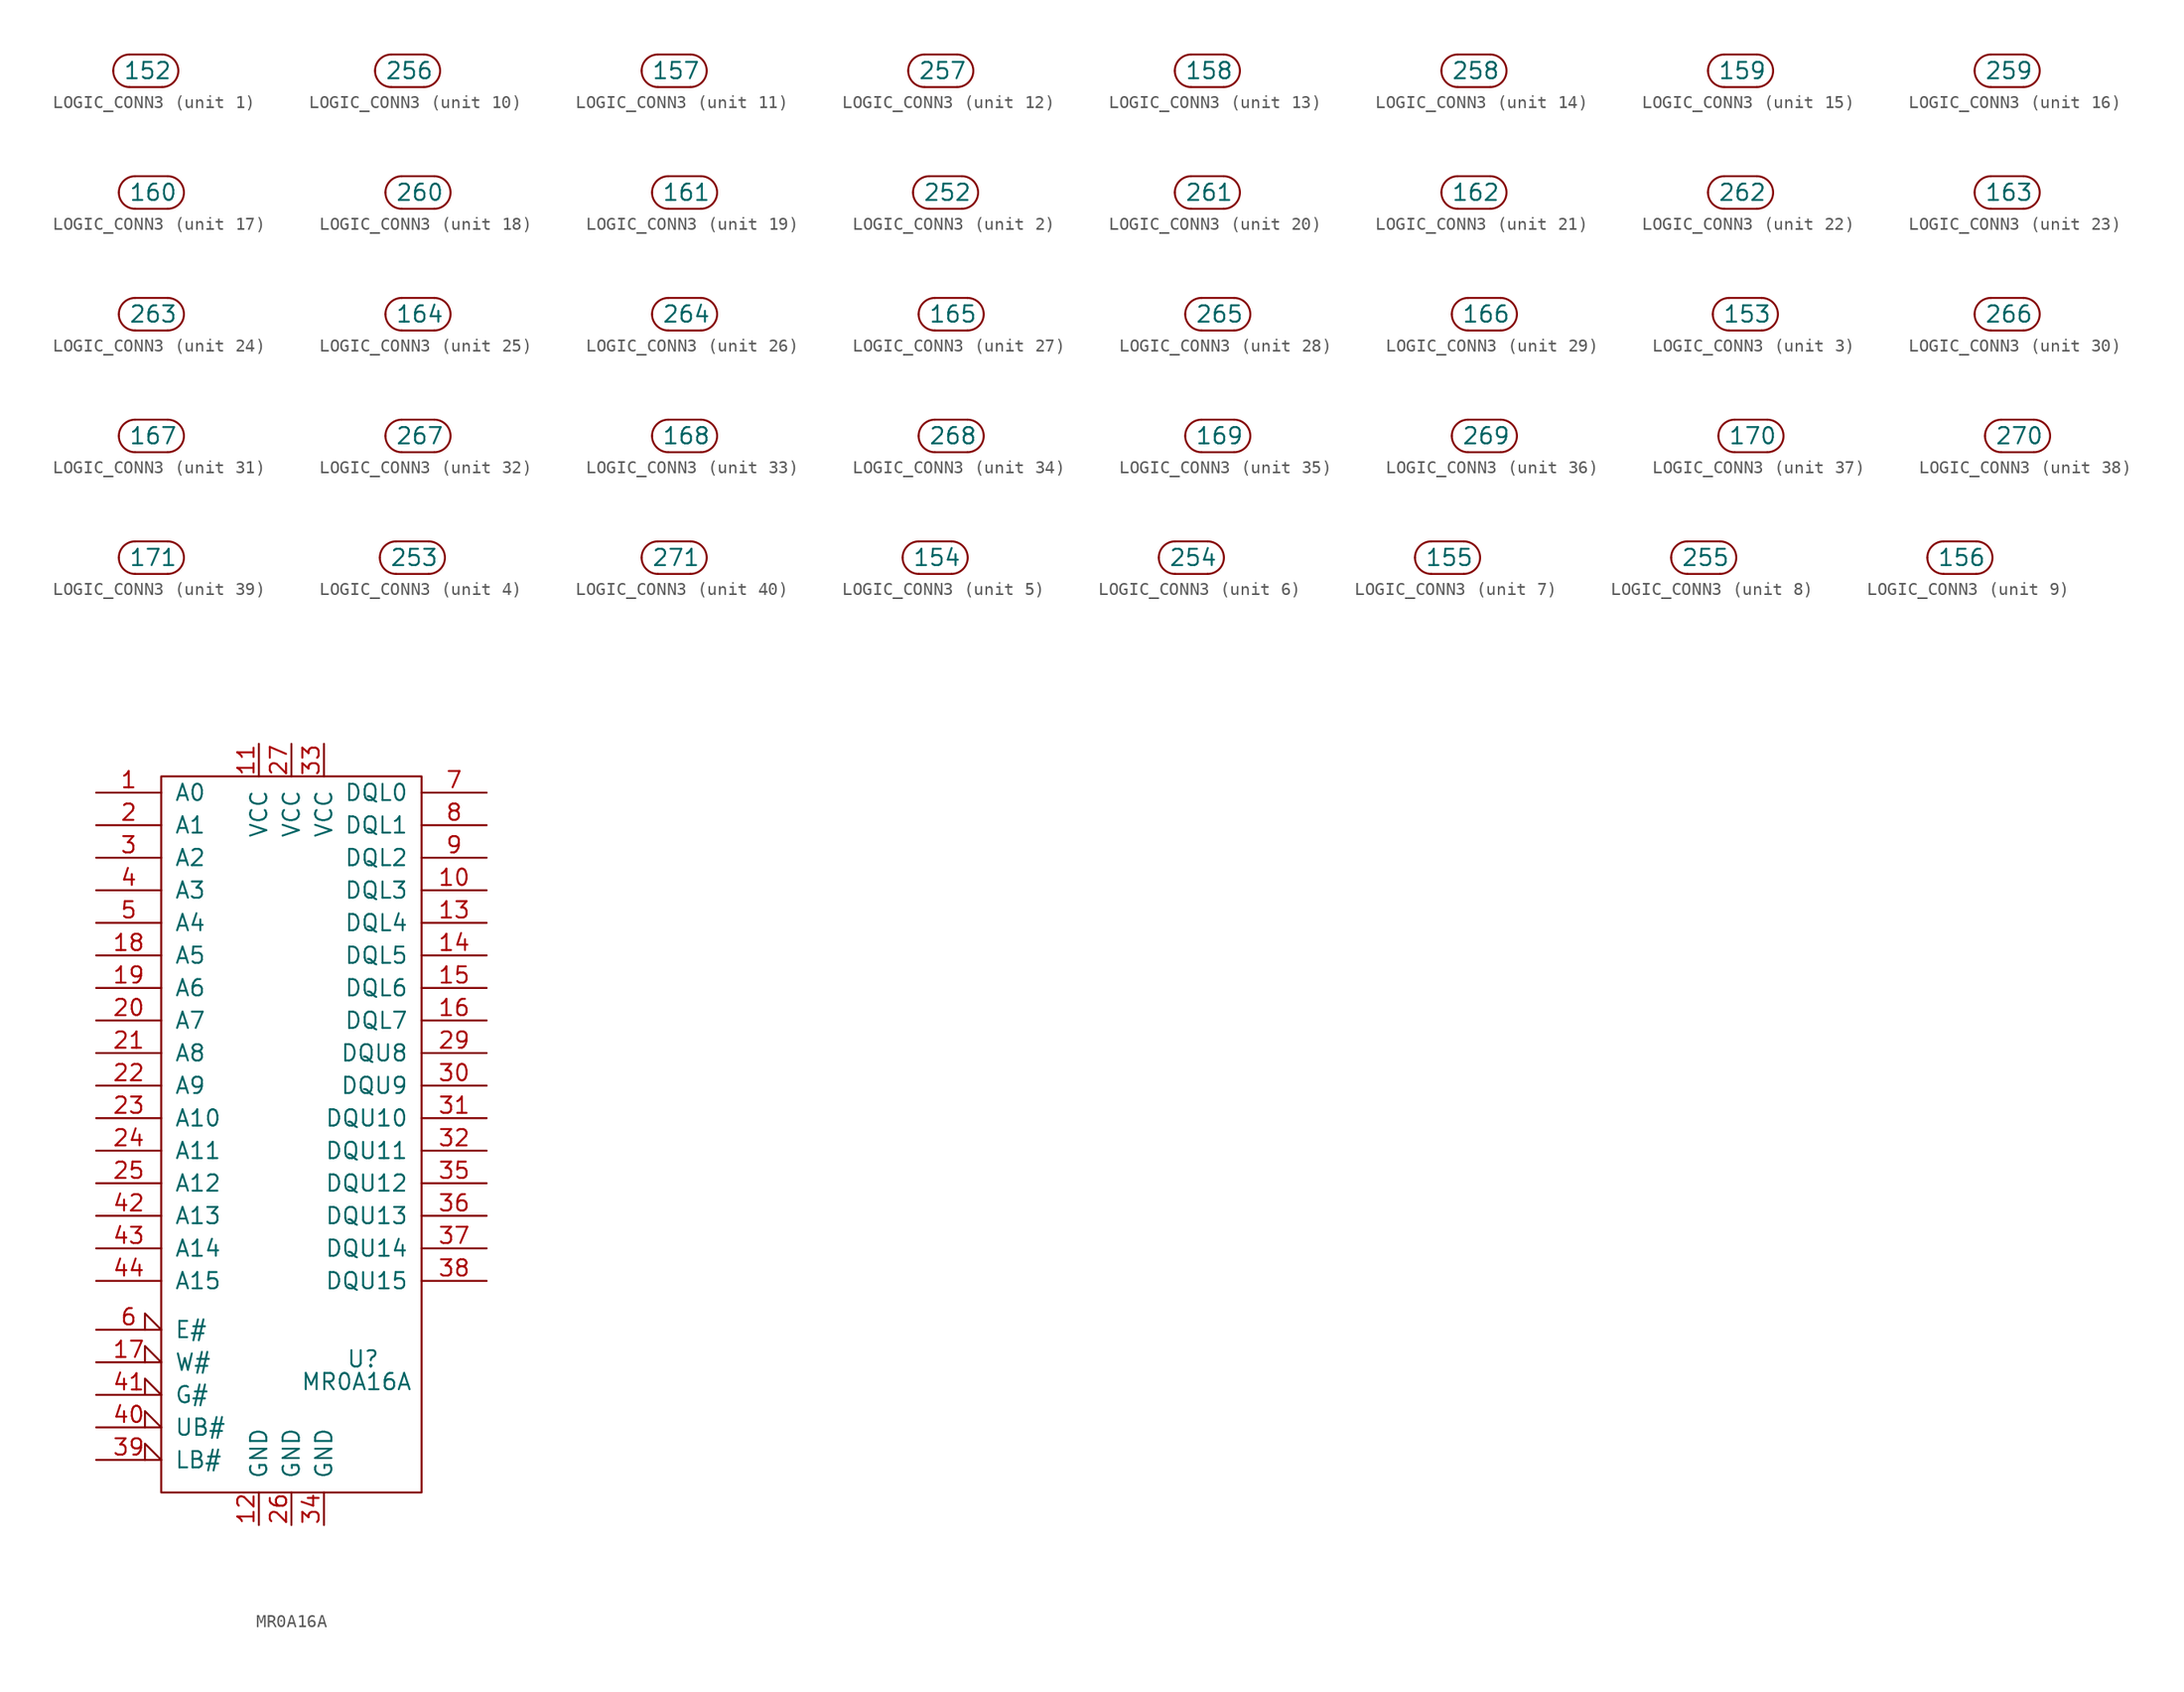
<source format=kicad_sym>
(kicad_symbol_lib
  (version 20211014)
  (generator kicad_symbol_editor)
  (symbol "LOGIC_CONN3"
    (pin_numbers hide)
    (pin_names
      (offset 0.762))
    (property "Reference" "P"
      (at 0 2.54 0)
      (effects (font (size 1.27 1.27)) hide))
    (property "Footprint" ""
      (at 3.81 0 0)
      (effects (font (size 1.524 1.524))))
    (property "Datasheet" ""
      (at 3.81 0 0)
      (effects (font (size 1.524 1.524))))
    (property "ki_locked" ""
      (at 0 0 0)
      (effects (font (size 1.27 1.27))))
    (symbol "LOGIC_CONN3_0_1"
      (arc (start -1.27 1.27) (mid -2.54 0) (end -1.27 -1.27) (stroke (width 0) (type default) (color 0 0 0 0)) (fill (type none)))
      (polyline (pts (xy -1.27 -1.27) (xy 1.27 -1.27)) (stroke (width 0) (type default) (color 0 0 0 0)) (fill (type none)))
      (polyline (pts (xy 1.27 1.27) (xy -1.27 1.27)) (stroke (width 0) (type default) (color 0 0 0 0)) (fill (type none)))
      (arc (start 1.27 -1.27) (mid 2.54 0) (end 1.27 1.27) (stroke (width 0) (type default) (color 0 0 0 0)) (fill (type none))))
    (symbol "LOGIC_CONN3_1_1"
      (pin passive line (at -2.54 0 0) (length 0) (name "152" (effects (font (size 1.27 1.27)))) (number "1" (effects (font (size 1.27 1.27))))))
    (symbol "LOGIC_CONN3_2_1"
      (pin passive line (at -2.54 0 0) (length 0) (name "252" (effects (font (size 1.27 1.27)))) (number "2" (effects (font (size 1.27 1.27))))))
    (symbol "LOGIC_CONN3_3_1"
      (pin passive line (at -2.54 0 0) (length 0) (name "153" (effects (font (size 1.27 1.27)))) (number "3" (effects (font (size 1.27 1.27))))))
    (symbol "LOGIC_CONN3_4_1"
      (pin passive line (at -2.54 0 0) (length 0) (name "253" (effects (font (size 1.27 1.27)))) (number "4" (effects (font (size 1.27 1.27))))))
    (symbol "LOGIC_CONN3_5_1"
      (pin passive line (at -2.54 0 0) (length 0) (name "154" (effects (font (size 1.27 1.27)))) (number "5" (effects (font (size 1.27 1.27))))))
    (symbol "LOGIC_CONN3_6_1"
      (pin passive line (at -2.54 0 0) (length 0) (name "254" (effects (font (size 1.27 1.27)))) (number "6" (effects (font (size 1.27 1.27))))))
    (symbol "LOGIC_CONN3_7_1"
      (pin passive line (at -2.54 0 0) (length 0) (name "155" (effects (font (size 1.27 1.27)))) (number "7" (effects (font (size 1.27 1.27))))))
    (symbol "LOGIC_CONN3_8_1"
      (pin passive line (at -2.54 0 0) (length 0) (name "255" (effects (font (size 1.27 1.27)))) (number "8" (effects (font (size 1.27 1.27))))))
    (symbol "LOGIC_CONN3_9_1"
      (pin passive line (at -2.54 0 0) (length 0) (name "156" (effects (font (size 1.27 1.27)))) (number "9" (effects (font (size 1.27 1.27))))))
    (symbol "LOGIC_CONN3_10_1"
      (pin passive line (at -2.54 0 0) (length 0) (name "256" (effects (font (size 1.27 1.27)))) (number "10" (effects (font (size 1.27 1.27))))))
    (symbol "LOGIC_CONN3_11_1"
      (pin passive line (at -2.54 0 0) (length 0) (name "157" (effects (font (size 1.27 1.27)))) (number "11" (effects (font (size 1.27 1.27))))))
    (symbol "LOGIC_CONN3_12_1"
      (pin passive line (at -2.54 0 0) (length 0) (name "257" (effects (font (size 1.27 1.27)))) (number "12" (effects (font (size 1.27 1.27))))))
    (symbol "LOGIC_CONN3_13_1"
      (pin passive line (at -2.54 0 0) (length 0) (name "158" (effects (font (size 1.27 1.27)))) (number "13" (effects (font (size 1.27 1.27))))))
    (symbol "LOGIC_CONN3_14_1"
      (pin passive line (at -2.54 0 0) (length 0) (name "258" (effects (font (size 1.27 1.27)))) (number "14" (effects (font (size 1.27 1.27))))))
    (symbol "LOGIC_CONN3_15_1"
      (pin passive line (at -2.54 0 0) (length 0) (name "159" (effects (font (size 1.27 1.27)))) (number "15" (effects (font (size 1.27 1.27))))))
    (symbol "LOGIC_CONN3_16_1"
      (pin passive line (at -2.54 0 0) (length 0) (name "259" (effects (font (size 1.27 1.27)))) (number "16" (effects (font (size 1.27 1.27))))))
    (symbol "LOGIC_CONN3_17_1"
      (pin passive line (at -2.54 0 0) (length 0) (name "160" (effects (font (size 1.27 1.27)))) (number "17" (effects (font (size 1.27 1.27))))))
    (symbol "LOGIC_CONN3_18_1"
      (pin passive line (at -2.54 0 0) (length 0) (name "260" (effects (font (size 1.27 1.27)))) (number "18" (effects (font (size 1.27 1.27))))))
    (symbol "LOGIC_CONN3_19_1"
      (pin passive line (at -2.54 0 0) (length 0) (name "161" (effects (font (size 1.27 1.27)))) (number "19" (effects (font (size 1.27 1.27))))))
    (symbol "LOGIC_CONN3_20_1"
      (pin passive line (at -2.54 0 0) (length 0) (name "261" (effects (font (size 1.27 1.27)))) (number "20" (effects (font (size 1.27 1.27))))))
    (symbol "LOGIC_CONN3_21_1"
      (pin passive line (at -2.54 0 0) (length 0) (name "162" (effects (font (size 1.27 1.27)))) (number "21" (effects (font (size 1.27 1.27))))))
    (symbol "LOGIC_CONN3_22_1"
      (pin passive line (at -2.54 0 0) (length 0) (name "262" (effects (font (size 1.27 1.27)))) (number "22" (effects (font (size 1.27 1.27))))))
    (symbol "LOGIC_CONN3_23_1"
      (pin passive line (at -2.54 0 0) (length 0) (name "163" (effects (font (size 1.27 1.27)))) (number "23" (effects (font (size 1.27 1.27))))))
    (symbol "LOGIC_CONN3_24_1"
      (pin passive line (at -2.54 0 0) (length 0) (name "263" (effects (font (size 1.27 1.27)))) (number "24" (effects (font (size 1.27 1.27))))))
    (symbol "LOGIC_CONN3_25_1"
      (pin passive line (at -2.54 0 0) (length 0) (name "164" (effects (font (size 1.27 1.27)))) (number "25" (effects (font (size 1.27 1.27))))))
    (symbol "LOGIC_CONN3_26_1"
      (pin passive line (at -2.54 0 0) (length 0) (name "264" (effects (font (size 1.27 1.27)))) (number "26" (effects (font (size 1.27 1.27))))))
    (symbol "LOGIC_CONN3_27_1"
      (pin passive line (at -2.54 0 0) (length 0) (name "165" (effects (font (size 1.27 1.27)))) (number "27" (effects (font (size 1.27 1.27))))))
    (symbol "LOGIC_CONN3_28_1"
      (pin passive line (at -2.54 0 0) (length 0) (name "265" (effects (font (size 1.27 1.27)))) (number "28" (effects (font (size 1.27 1.27))))))
    (symbol "LOGIC_CONN3_29_1"
      (pin passive line (at -2.54 0 0) (length 0) (name "166" (effects (font (size 1.27 1.27)))) (number "29" (effects (font (size 1.27 1.27))))))
    (symbol "LOGIC_CONN3_30_1"
      (pin passive line (at -2.54 0 0) (length 0) (name "266" (effects (font (size 1.27 1.27)))) (number "30" (effects (font (size 1.27 1.27))))))
    (symbol "LOGIC_CONN3_31_1"
      (pin passive line (at -2.54 0 0) (length 0) (name "167" (effects (font (size 1.27 1.27)))) (number "31" (effects (font (size 1.27 1.27))))))
    (symbol "LOGIC_CONN3_32_1"
      (pin passive line (at -2.54 0 0) (length 0) (name "267" (effects (font (size 1.27 1.27)))) (number "32" (effects (font (size 1.27 1.27))))))
    (symbol "LOGIC_CONN3_33_1"
      (pin passive line (at -2.54 0 0) (length 0) (name "168" (effects (font (size 1.27 1.27)))) (number "33" (effects (font (size 1.27 1.27))))))
    (symbol "LOGIC_CONN3_34_1"
      (pin passive line (at -2.54 0 0) (length 0) (name "268" (effects (font (size 1.27 1.27)))) (number "34" (effects (font (size 1.27 1.27))))))
    (symbol "LOGIC_CONN3_35_1"
      (pin passive line (at -2.54 0 0) (length 0) (name "169" (effects (font (size 1.27 1.27)))) (number "35" (effects (font (size 1.27 1.27))))))
    (symbol "LOGIC_CONN3_36_1"
      (pin passive line (at -2.54 0 0) (length 0) (name "269" (effects (font (size 1.27 1.27)))) (number "36" (effects (font (size 1.27 1.27))))))
    (symbol "LOGIC_CONN3_37_1"
      (pin passive line (at -2.54 0 0) (length 0) (name "170" (effects (font (size 1.27 1.27)))) (number "37" (effects (font (size 1.27 1.27))))))
    (symbol "LOGIC_CONN3_38_1"
      (pin passive line (at -2.54 0 0) (length 0) (name "270" (effects (font (size 1.27 1.27)))) (number "38" (effects (font (size 1.27 1.27))))))
    (symbol "LOGIC_CONN3_39_1"
      (pin passive line (at -2.54 0 0) (length 0) (name "171" (effects (font (size 1.27 1.27)))) (number "39" (effects (font (size 1.27 1.27))))))
    (symbol "LOGIC_CONN3_40_1"
      (pin passive line (at -2.54 0 0) (length 0) (name "271" (effects (font (size 1.27 1.27)))) (number "40" (effects (font (size 1.27 1.27)))))))
  (symbol "MR0A16A"
    (pin_names
      (offset 1.016))
    (property "Reference" "U"
      (at 5.588 -13.716 0)
      (effects (font (size 1.27 1.27))))
    (property "Value" "MR0A16A"
      (at 5.08 -15.494 0)
      (effects (font (size 1.27 1.27))))
    (property "Footprint" ""
      (at 0 7.62 0)
      (effects (font (size 1.524 1.524))))
    (property "Datasheet" ""
      (at 0 7.62 0)
      (effects (font (size 1.524 1.524))))
    (symbol "MR0A16A_0_0"
      (pin power_in line (at -2.54 34.29 270) (length 2.54) (name "VCC" (effects (font (size 1.27 1.27)))) (number "11" (effects (font (size 1.27 1.27)))))
      (pin power_in line (at -2.54 -26.67 90) (length 2.54) (name "GND" (effects (font (size 1.27 1.27)))) (number "12" (effects (font (size 1.27 1.27)))))
      (pin power_in line (at 0 -26.67 90) (length 2.54) (name "GND" (effects (font (size 1.27 1.27)))) (number "26" (effects (font (size 1.27 1.27)))))
      (pin power_in line (at 0 34.29 270) (length 2.54) (name "VCC" (effects (font (size 1.27 1.27)))) (number "27" (effects (font (size 1.27 1.27)))))
      (pin no_connect line (at 10.16 -11.43 180) (length 0) hide (name "DC" (effects (font (size 1.27 1.27)))) (number "28" (effects (font (size 1.27 1.27)))))
      (pin power_in line (at 2.54 34.29 270) (length 2.54) (name "VCC" (effects (font (size 1.27 1.27)))) (number "33" (effects (font (size 1.27 1.27)))))
      (pin power_in line (at 2.54 -26.67 90) (length 2.54) (name "GND" (effects (font (size 1.27 1.27)))) (number "34" (effects (font (size 1.27 1.27))))))
    (symbol "MR0A16A_0_1"
      (rectangle (start -10.16 31.75) (end 10.16 -24.13) (stroke (width 0) (type default) (color 0 0 0 0)) (fill (type none))))
    (symbol "MR0A16A_1_1"
      (pin input line (at -15.24 30.48 0) (length 5.08) (name "A0" (effects (font (size 1.27 1.27)))) (number "1" (effects (font (size 1.27 1.27)))))
      (pin tri_state line (at 15.24 22.86 180) (length 5.08) (name "DQL3" (effects (font (size 1.27 1.27)))) (number "10" (effects (font (size 1.27 1.27)))))
      (pin tri_state line (at 15.24 20.32 180) (length 5.08) (name "DQL4" (effects (font (size 1.27 1.27)))) (number "13" (effects (font (size 1.27 1.27)))))
      (pin tri_state line (at 15.24 17.78 180) (length 5.08) (name "DQL5" (effects (font (size 1.27 1.27)))) (number "14" (effects (font (size 1.27 1.27)))))
      (pin tri_state line (at 15.24 15.24 180) (length 5.08) (name "DQL6" (effects (font (size 1.27 1.27)))) (number "15" (effects (font (size 1.27 1.27)))))
      (pin tri_state line (at 15.24 12.7 180) (length 5.08) (name "DQL7" (effects (font (size 1.27 1.27)))) (number "16" (effects (font (size 1.27 1.27)))))
      (pin input input_low (at -15.24 -13.97 0) (length 5.08) (name "W#" (effects (font (size 1.27 1.27)))) (number "17" (effects (font (size 1.27 1.27)))))
      (pin input line (at -15.24 17.78 0) (length 5.08) (name "A5" (effects (font (size 1.27 1.27)))) (number "18" (effects (font (size 1.27 1.27)))))
      (pin input line (at -15.24 15.24 0) (length 5.08) (name "A6" (effects (font (size 1.27 1.27)))) (number "19" (effects (font (size 1.27 1.27)))))
      (pin input line (at -15.24 27.94 0) (length 5.08) (name "A1" (effects (font (size 1.27 1.27)))) (number "2" (effects (font (size 1.27 1.27)))))
      (pin input line (at -15.24 12.7 0) (length 5.08) (name "A7" (effects (font (size 1.27 1.27)))) (number "20" (effects (font (size 1.27 1.27)))))
      (pin input line (at -15.24 10.16 0) (length 5.08) (name "A8" (effects (font (size 1.27 1.27)))) (number "21" (effects (font (size 1.27 1.27)))))
      (pin input line (at -15.24 7.62 0) (length 5.08) (name "A9" (effects (font (size 1.27 1.27)))) (number "22" (effects (font (size 1.27 1.27)))))
      (pin input line (at -15.24 5.08 0) (length 5.08) (name "A10" (effects (font (size 1.27 1.27)))) (number "23" (effects (font (size 1.27 1.27)))))
      (pin input line (at -15.24 2.54 0) (length 5.08) (name "A11" (effects (font (size 1.27 1.27)))) (number "24" (effects (font (size 1.27 1.27)))))
      (pin input line (at -15.24 0 0) (length 5.08) (name "A12" (effects (font (size 1.27 1.27)))) (number "25" (effects (font (size 1.27 1.27)))))
      (pin tri_state line (at 15.24 10.16 180) (length 5.08) (name "DQU8" (effects (font (size 1.27 1.27)))) (number "29" (effects (font (size 1.27 1.27)))))
      (pin input line (at -15.24 25.4 0) (length 5.08) (name "A2" (effects (font (size 1.27 1.27)))) (number "3" (effects (font (size 1.27 1.27)))))
      (pin tri_state line (at 15.24 7.62 180) (length 5.08) (name "DQU9" (effects (font (size 1.27 1.27)))) (number "30" (effects (font (size 1.27 1.27)))))
      (pin tri_state line (at 15.24 5.08 180) (length 5.08) (name "DQU10" (effects (font (size 1.27 1.27)))) (number "31" (effects (font (size 1.27 1.27)))))
      (pin tri_state line (at 15.24 2.54 180) (length 5.08) (name "DQU11" (effects (font (size 1.27 1.27)))) (number "32" (effects (font (size 1.27 1.27)))))
      (pin tri_state line (at 15.24 0 180) (length 5.08) (name "DQU12" (effects (font (size 1.27 1.27)))) (number "35" (effects (font (size 1.27 1.27)))))
      (pin tri_state line (at 15.24 -2.54 180) (length 5.08) (name "DQU13" (effects (font (size 1.27 1.27)))) (number "36" (effects (font (size 1.27 1.27)))))
      (pin tri_state line (at 15.24 -5.08 180) (length 5.08) (name "DQU14" (effects (font (size 1.27 1.27)))) (number "37" (effects (font (size 1.27 1.27)))))
      (pin tri_state line (at 15.24 -7.62 180) (length 5.08) (name "DQU15" (effects (font (size 1.27 1.27)))) (number "38" (effects (font (size 1.27 1.27)))))
      (pin input input_low (at -15.24 -21.59 0) (length 5.08) (name "LB#" (effects (font (size 1.27 1.27)))) (number "39" (effects (font (size 1.27 1.27)))))
      (pin input line (at -15.24 22.86 0) (length 5.08) (name "A3" (effects (font (size 1.27 1.27)))) (number "4" (effects (font (size 1.27 1.27)))))
      (pin input input_low (at -15.24 -19.05 0) (length 5.08) (name "UB#" (effects (font (size 1.27 1.27)))) (number "40" (effects (font (size 1.27 1.27)))))
      (pin input input_low (at -15.24 -16.51 0) (length 5.08) (name "G#" (effects (font (size 1.27 1.27)))) (number "41" (effects (font (size 1.27 1.27)))))
      (pin input line (at -15.24 -2.54 0) (length 5.08) (name "A13" (effects (font (size 1.27 1.27)))) (number "42" (effects (font (size 1.27 1.27)))))
      (pin input line (at -15.24 -5.08 0) (length 5.08) (name "A14" (effects (font (size 1.27 1.27)))) (number "43" (effects (font (size 1.27 1.27)))))
      (pin input line (at -15.24 -7.62 0) (length 5.08) (name "A15" (effects (font (size 1.27 1.27)))) (number "44" (effects (font (size 1.27 1.27)))))
      (pin input line (at -15.24 20.32 0) (length 5.08) (name "A4" (effects (font (size 1.27 1.27)))) (number "5" (effects (font (size 1.27 1.27)))))
      (pin input input_low (at -15.24 -11.43 0) (length 5.08) (name "E#" (effects (font (size 1.27 1.27)))) (number "6" (effects (font (size 1.27 1.27)))))
      (pin tri_state line (at 15.24 30.48 180) (length 5.08) (name "DQL0" (effects (font (size 1.27 1.27)))) (number "7" (effects (font (size 1.27 1.27)))))
      (pin tri_state line (at 15.24 27.94 180) (length 5.08) (name "DQL1" (effects (font (size 1.27 1.27)))) (number "8" (effects (font (size 1.27 1.27)))))
      (pin tri_state line (at 15.24 25.4 180) (length 5.08) (name "DQL2" (effects (font (size 1.27 1.27)))) (number "9" (effects (font (size 1.27 1.27))))))))
</source>
